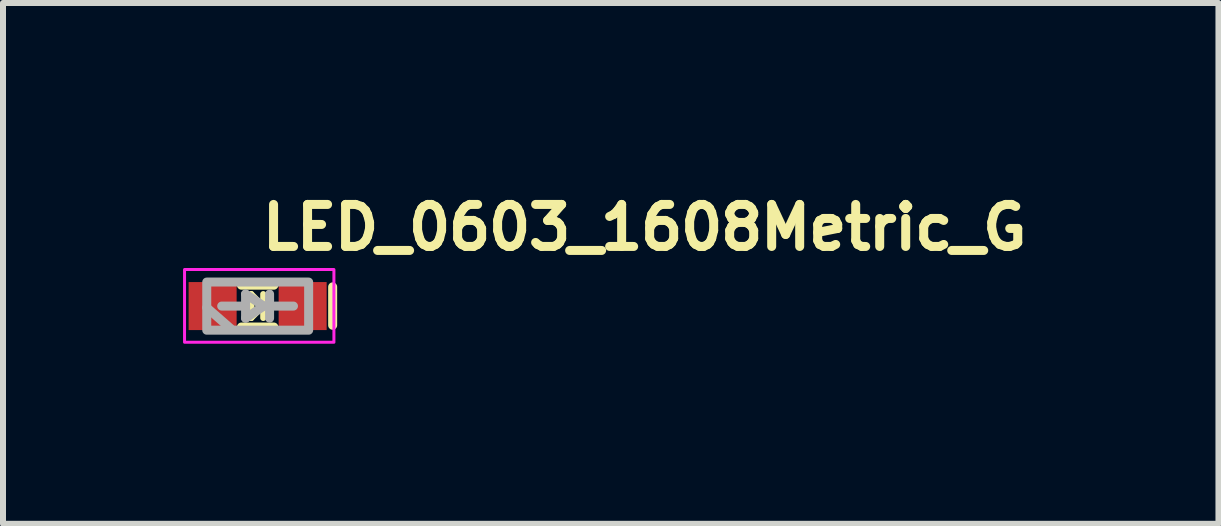
<source format=kicad_pcb>
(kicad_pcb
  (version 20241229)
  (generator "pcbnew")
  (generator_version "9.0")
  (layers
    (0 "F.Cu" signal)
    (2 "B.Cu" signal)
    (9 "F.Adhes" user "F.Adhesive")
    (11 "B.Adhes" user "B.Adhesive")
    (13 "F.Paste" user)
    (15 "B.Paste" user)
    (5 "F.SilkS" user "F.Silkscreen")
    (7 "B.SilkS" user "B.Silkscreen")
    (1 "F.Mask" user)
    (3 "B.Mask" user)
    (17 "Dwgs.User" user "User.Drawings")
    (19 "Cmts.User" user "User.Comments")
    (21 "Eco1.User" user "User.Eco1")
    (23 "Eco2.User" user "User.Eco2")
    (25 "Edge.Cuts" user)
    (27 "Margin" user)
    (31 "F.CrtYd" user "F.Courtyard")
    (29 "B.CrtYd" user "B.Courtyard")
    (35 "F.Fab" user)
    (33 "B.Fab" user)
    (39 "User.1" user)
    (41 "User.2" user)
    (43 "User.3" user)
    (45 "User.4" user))
  (footprint "LED_0603_1608Metric_G"
    (layer "F.Cu")
    (at 1.244 2.051)
    (property "Reference" "LED_0603_1608Metric_G" (at -0.001 -0.901 0) (layer "F.SilkS") (effects (font (size 0.7 0.7) (thickness 0.15)) (justify left bottom)))
    (attr smd)
    (fp_line (start -0.271 -0.349) (end 0.269 -0.349) (stroke (width 0.15) (type solid)) (layer "F.SilkS"))
    (fp_line (start -0.271 0.348) (end 0.269 0.348) (stroke (width 0.15) (type solid)) (layer "F.SilkS"))
    (fp_line (start -0.107 -0.201) (end -0.107 0.198) (stroke (width 0.1) (type solid)) (layer "F.SilkS"))
    (fp_line (start -0.107 -0.201) (end 0.092 -0.001) (stroke (width 0.1) (type solid)) (layer "F.SilkS"))
    (fp_line (start -0.107 -0.001) (end -0.291 -0.001) (stroke (width 0.1) (type solid)) (layer "F.SilkS"))
    (fp_line (start 0.092 -0.201) (end 0.092 0.198) (stroke (width 0.1) (type solid)) (layer "F.SilkS"))
    (fp_line (start 0.092 -0.001) (end -0.107 0.198) (stroke (width 0.1) (type solid)) (layer "F.SilkS"))
    (fp_line (start 0.092 -0.001) (end 0.292 -0.001) (stroke (width 0.1) (type solid)) (layer "F.SilkS"))
    (fp_line (start 1.249 0.319) (end 1.249 -0.321) (stroke (width 0.15) (type solid)) (layer "F.SilkS"))
    (fp_rect (start -1.219 -0.61) (end 1.27 0.602) (stroke (width 0.05) (type solid)) (fill no) (layer "F.CrtYd"))
    (fp_line (start -0.849 0.025) (end -0.442 0.381) (stroke (width 0.15) (type solid)) (layer "F.Fab"))
    (fp_line (start -0.6 -0.001) (end -0.202 -0.001) (stroke (width 0.15) (type solid)) (layer "F.Fab"))
    (fp_line (start -0.202 -0.201) (end -0.202 -0.001) (stroke (width 0.15) (type solid)) (layer "F.Fab"))
    (fp_line (start -0.202 -0.001) (end -0.202 0.201) (stroke (width 0.15) (type solid)) (layer "F.Fab"))
    (fp_line (start -0.202 0.201) (end 0.1 -0.001) (stroke (width 0.15) (type solid)) (layer "F.Fab"))
    (fp_line (start 0.1 -0.001) (end -0.202 -0.201) (stroke (width 0.15) (type solid)) (layer "F.Fab"))
    (fp_line (start 0.198 -0.201) (end 0.198 -0.101) (stroke (width 0.15) (type solid)) (layer "F.Fab"))
    (fp_line (start 0.198 -0.001) (end 0.596 -0.001) (stroke (width 0.15) (type solid)) (layer "F.Fab"))
    (fp_line (start 0.198 0.201) (end 0.198 -0.101) (stroke (width 0.15) (type solid)) (layer "F.Fab"))
    (fp_rect (start -0.849 -0.401) (end 0.849 0.401) (stroke (width 0.15) (type solid)) (fill no) (layer "F.Fab"))
    (fp_rect (start -0.811 -0.401) (end 0.811 0.401) (stroke (width 0.1) (type solid)) (fill no) (layer "User.5"))
    (fp_line (start -0.811 -0.341) (end -0.811 -0.149) (stroke (width 0.02) (type solid)) (layer "User.9"))
    (fp_line (start -0.811 -0.149) (end -0.803 -0.149) (stroke (width 0.02) (type solid)) (layer "User.9"))
    (fp_line (start -0.811 0.149) (end -0.811 0.341) (stroke (width 0.02) (type solid)) (layer "User.9"))
    (fp_line (start -0.811 0.341) (end -0.579 0.341) (stroke (width 0.02) (type solid)) (layer "User.9"))
    (fp_line (start -0.803 -0.149) (end -0.795 -0.149) (stroke (width 0.02) (type solid)) (layer "User.9"))
    (fp_line (start -0.803 0.149) (end -0.811 0.149) (stroke (width 0.02) (type solid)) (layer "User.9"))
    (fp_line (start -0.801 -0.401) (end -0.801 -0.341) (stroke (width 0.02) (type solid)) (layer "User.9"))
    (fp_line (start -0.801 0.341) (end -0.801 0.401) (stroke (width 0.02) (type solid)) (layer "User.9"))
    (fp_line (start -0.801 0.401) (end 0.801 0.401) (stroke (width 0.02) (type solid)) (layer "User.9"))
    (fp_line (start -0.795 -0.149) (end -0.787 -0.149) (stroke (width 0.02) (type solid)) (layer "User.9"))
    (fp_line (start -0.795 0.149) (end -0.803 0.149) (stroke (width 0.02) (type solid)) (layer "User.9"))
    (fp_line (start -0.787 -0.149) (end -0.78 -0.148) (stroke (width 0.02) (type solid)) (layer "User.9"))
    (fp_line (start -0.787 0.149) (end -0.795 0.149) (stroke (width 0.02) (type solid)) (layer "User.9"))
    (fp_line (start -0.78 -0.148) (end -0.772 -0.147) (stroke (width 0.02) (type solid)) (layer "User.9"))
    (fp_line (start -0.78 0.148) (end -0.787 0.149) (stroke (width 0.02) (type solid)) (layer "User.9"))
    (fp_line (start -0.772 -0.147) (end -0.764 -0.145) (stroke (width 0.02) (type solid)) (layer "User.9"))
    (fp_line (start -0.772 0.147) (end -0.78 0.148) (stroke (width 0.02) (type solid)) (layer "User.9"))
    (fp_line (start -0.764 -0.145) (end -0.756 -0.144) (stroke (width 0.02) (type solid)) (layer "User.9"))
    (fp_line (start -0.764 0.145) (end -0.772 0.147) (stroke (width 0.02) (type solid)) (layer "User.9"))
    (fp_line (start -0.756 -0.144) (end -0.749 -0.14) (stroke (width 0.02) (type solid)) (layer "User.9"))
    (fp_line (start -0.756 0.144) (end -0.764 0.145) (stroke (width 0.02) (type solid)) (layer "User.9"))
    (fp_line (start -0.749 -0.14) (end -0.742 -0.139) (stroke (width 0.02) (type solid)) (layer "User.9"))
    (fp_line (start -0.749 0.14) (end -0.756 0.144) (stroke (width 0.02) (type solid)) (layer "User.9"))
    (fp_line (start -0.742 -0.139) (end -0.735 -0.136) (stroke (width 0.02) (type solid)) (layer "User.9"))
    (fp_line (start -0.742 0.139) (end -0.749 0.14) (stroke (width 0.02) (type solid)) (layer "User.9"))
    (fp_line (start -0.735 -0.136) (end -0.728 -0.132) (stroke (width 0.02) (type solid)) (layer "User.9"))
    (fp_line (start -0.735 0.136) (end -0.742 0.139) (stroke (width 0.02) (type solid)) (layer "User.9"))
    (fp_line (start -0.728 -0.132) (end -0.722 -0.129) (stroke (width 0.02) (type solid)) (layer "User.9"))
    (fp_line (start -0.728 0.132) (end -0.735 0.136) (stroke (width 0.02) (type solid)) (layer "User.9"))
    (fp_line (start -0.722 -0.129) (end -0.715 -0.124) (stroke (width 0.02) (type solid)) (layer "User.9"))
    (fp_line (start -0.722 0.129) (end -0.728 0.132) (stroke (width 0.02) (type solid)) (layer "User.9"))
    (fp_line (start -0.715 -0.124) (end -0.709 -0.12) (stroke (width 0.02) (type solid)) (layer "User.9"))
    (fp_line (start -0.715 0.124) (end -0.722 0.129) (stroke (width 0.02) (type solid)) (layer "User.9"))
    (fp_line (start -0.709 -0.12) (end -0.704 -0.115) (stroke (width 0.02) (type solid)) (layer "User.9"))
    (fp_line (start -0.709 0.117) (end -0.715 0.124) (stroke (width 0.02) (type solid)) (layer "User.9"))
    (fp_line (start -0.704 -0.115) (end -0.696 -0.109) (stroke (width 0.02) (type solid)) (layer "User.9"))
    (fp_line (start -0.704 0.115) (end -0.709 0.117) (stroke (width 0.02) (type solid)) (layer "User.9"))
    (fp_line (start -0.696 -0.109) (end -0.696 -0.109) (stroke (width 0.02) (type solid)) (layer "User.9"))
    (fp_line (start -0.696 -0.109) (end -0.69 -0.105) (stroke (width 0.02) (type solid)) (layer "User.9"))
    (fp_line (start -0.696 0.109) (end -0.704 0.115) (stroke (width 0.02) (type solid)) (layer "User.9"))
    (fp_line (start -0.696 0.109) (end -0.696 0.109) (stroke (width 0.02) (type solid)) (layer "User.9"))
    (fp_line (start -0.69 -0.105) (end -0.687 -0.099) (stroke (width 0.02) (type solid)) (layer "User.9"))
    (fp_line (start -0.69 0.104) (end -0.696 0.109) (stroke (width 0.02) (type solid)) (layer "User.9"))
    (fp_line (start -0.687 -0.099) (end -0.682 -0.092) (stroke (width 0.02) (type solid)) (layer "User.9"))
    (fp_line (start -0.687 0.099) (end -0.69 0.104) (stroke (width 0.02) (type solid)) (layer "User.9"))
    (fp_line (start -0.682 -0.092) (end -0.678 -0.085) (stroke (width 0.02) (type solid)) (layer "User.9"))
    (fp_line (start -0.682 0.092) (end -0.687 0.099) (stroke (width 0.02) (type solid)) (layer "User.9"))
    (fp_line (start -0.678 -0.085) (end -0.674 -0.079) (stroke (width 0.02) (type solid)) (layer "User.9"))
    (fp_line (start -0.678 0.085) (end -0.682 0.092) (stroke (width 0.02) (type solid)) (layer "User.9"))
    (fp_line (start -0.674 -0.079) (end -0.67 -0.073) (stroke (width 0.02) (type solid)) (layer "User.9"))
    (fp_line (start -0.674 0.079) (end -0.678 0.085) (stroke (width 0.02) (type solid)) (layer "User.9"))
    (fp_line (start -0.67 -0.073) (end -0.666 -0.067) (stroke (width 0.02) (type solid)) (layer "User.9"))
    (fp_line (start -0.67 0.073) (end -0.674 0.079) (stroke (width 0.02) (type solid)) (layer "User.9"))
    (fp_line (start -0.666 -0.067) (end -0.663 -0.06) (stroke (width 0.02) (type solid)) (layer "User.9"))
    (fp_line (start -0.666 0.067) (end -0.67 0.073) (stroke (width 0.02) (type solid)) (layer "User.9"))
    (fp_line (start -0.663 -0.06) (end -0.66 -0.053) (stroke (width 0.02) (type solid)) (layer "User.9"))
    (fp_line (start -0.663 0.058) (end -0.666 0.067) (stroke (width 0.02) (type solid)) (layer "User.9"))
    (fp_line (start -0.66 -0.053) (end -0.658 -0.045) (stroke (width 0.02) (type solid)) (layer "User.9"))
    (fp_line (start -0.66 0.052) (end -0.663 0.058) (stroke (width 0.02) (type solid)) (layer "User.9"))
    (fp_line (start -0.658 -0.045) (end -0.655 -0.038) (stroke (width 0.02) (type solid)) (layer "User.9"))
    (fp_line (start -0.658 0.045) (end -0.66 0.052) (stroke (width 0.02) (type solid)) (layer "User.9"))
    (fp_line (start -0.655 -0.038) (end -0.654 -0.03) (stroke (width 0.02) (type solid)) (layer "User.9"))
    (fp_line (start -0.655 0.038) (end -0.658 0.045) (stroke (width 0.02) (type solid)) (layer "User.9"))
    (fp_line (start -0.654 -0.03) (end -0.652 -0.023) (stroke (width 0.02) (type solid)) (layer "User.9"))
    (fp_line (start -0.654 0.03) (end -0.655 0.038) (stroke (width 0.02) (type solid)) (layer "User.9"))
    (fp_line (start -0.652 -0.023) (end -0.651 -0.015) (stroke (width 0.02) (type solid)) (layer "User.9"))
    (fp_line (start -0.652 0.023) (end -0.654 0.03) (stroke (width 0.02) (type solid)) (layer "User.9"))
    (fp_line (start -0.651 -0.015) (end -0.651 -0.008) (stroke (width 0.02) (type solid)) (layer "User.9"))
    (fp_line (start -0.651 -0.008) (end -0.651 -0.001) (stroke (width 0.02) (type solid)) (layer "User.9"))
    (fp_line (start -0.651 -0.001) (end -0.651 0.007) (stroke (width 0.02) (type solid)) (layer "User.9"))
    (fp_line (start -0.651 0.007) (end -0.651 0.015) (stroke (width 0.02) (type solid)) (layer "User.9"))
    (fp_line (start -0.651 0.015) (end -0.652 0.023) (stroke (width 0.02) (type solid)) (layer "User.9"))
    (fp_line (start -0.599 -0.307) (end -0.598 -0.31) (stroke (width 0.02) (type solid)) (layer "User.9"))
    (fp_line (start -0.599 -0.305) (end -0.599 -0.307) (stroke (width 0.02) (type solid)) (layer "User.9"))
    (fp_line (start -0.599 -0.302) (end -0.599 -0.305) (stroke (width 0.02) (type solid)) (layer "User.9"))
    (fp_line (start -0.599 -0.299) (end -0.599 -0.302) (stroke (width 0.02) (type solid)) (layer "User.9"))
    (fp_line (start -0.599 -0.299) (end -0.599 0.299) (stroke (width 0.02) (type solid)) (layer "User.9"))
    (fp_line (start -0.599 0.302) (end -0.599 0.299) (stroke (width 0.02) (type solid)) (layer "User.9"))
    (fp_line (start -0.599 0.305) (end -0.599 0.302) (stroke (width 0.02) (type solid)) (layer "User.9"))
    (fp_line (start -0.599 0.307) (end -0.599 0.305) (stroke (width 0.02) (type solid)) (layer "User.9"))
    (fp_line (start -0.598 -0.312) (end -0.597 -0.314) (stroke (width 0.02) (type solid)) (layer "User.9"))
    (fp_line (start -0.598 -0.31) (end -0.598 -0.312) (stroke (width 0.02) (type solid)) (layer "User.9"))
    (fp_line (start -0.598 0.31) (end -0.599 0.307) (stroke (width 0.02) (type solid)) (layer "User.9"))
    (fp_line (start -0.598 0.312) (end -0.598 0.31) (stroke (width 0.02) (type solid)) (layer "User.9"))
    (fp_line (start -0.597 -0.314) (end -0.596 -0.317) (stroke (width 0.02) (type solid)) (layer "User.9"))
    (fp_line (start -0.597 0.314) (end -0.598 0.312) (stroke (width 0.02) (type solid)) (layer "User.9"))
    (fp_line (start -0.596 -0.319) (end -0.595 -0.322) (stroke (width 0.02) (type solid)) (layer "User.9"))
    (fp_line (start -0.596 -0.317) (end -0.596 -0.319) (stroke (width 0.02) (type solid)) (layer "User.9"))
    (fp_line (start -0.596 0.317) (end -0.597 0.314) (stroke (width 0.02) (type solid)) (layer "User.9"))
    (fp_line (start -0.596 0.319) (end -0.596 0.317) (stroke (width 0.02) (type solid)) (layer "User.9"))
    (fp_line (start -0.595 -0.322) (end -0.593 -0.324) (stroke (width 0.02) (type solid)) (layer "User.9"))
    (fp_line (start -0.595 0.322) (end -0.596 0.319) (stroke (width 0.02) (type solid)) (layer "User.9"))
    (fp_line (start -0.593 -0.324) (end -0.592 -0.326) (stroke (width 0.02) (type solid)) (layer "User.9"))
    (fp_line (start -0.593 0.324) (end -0.595 0.322) (stroke (width 0.02) (type solid)) (layer "User.9"))
    (fp_line (start -0.592 -0.326) (end -0.591 -0.328) (stroke (width 0.02) (type solid)) (layer "User.9"))
    (fp_line (start -0.592 0.326) (end -0.593 0.324) (stroke (width 0.02) (type solid)) (layer "User.9"))
    (fp_line (start -0.591 -0.328) (end -0.59 -0.33) (stroke (width 0.02) (type solid)) (layer "User.9"))
    (fp_line (start -0.591 0.328) (end -0.592 0.326) (stroke (width 0.02) (type solid)) (layer "User.9"))
    (fp_line (start -0.59 -0.33) (end -0.588 -0.332) (stroke (width 0.02) (type solid)) (layer "User.9"))
    (fp_line (start -0.59 0.33) (end -0.591 0.328) (stroke (width 0.02) (type solid)) (layer "User.9"))
    (fp_line (start -0.588 -0.332) (end -0.587 -0.334) (stroke (width 0.02) (type solid)) (layer "User.9"))
    (fp_line (start -0.588 0.332) (end -0.59 0.33) (stroke (width 0.02) (type solid)) (layer "User.9"))
    (fp_line (start -0.587 -0.334) (end -0.585 -0.336) (stroke (width 0.02) (type solid)) (layer "User.9"))
    (fp_line (start -0.587 0.334) (end -0.588 0.332) (stroke (width 0.02) (type solid)) (layer "User.9"))
    (fp_line (start -0.585 -0.336) (end -0.583 -0.338) (stroke (width 0.02) (type solid)) (layer "User.9"))
    (fp_line (start -0.585 0.336) (end -0.587 0.334) (stroke (width 0.02) (type solid)) (layer "User.9"))
    (fp_line (start -0.583 -0.338) (end -0.581 -0.339) (stroke (width 0.02) (type solid)) (layer "User.9"))
    (fp_line (start -0.583 0.338) (end -0.585 0.336) (stroke (width 0.02) (type solid)) (layer "User.9"))
    (fp_line (start -0.581 -0.339) (end -0.579 -0.341) (stroke (width 0.02) (type solid)) (layer "User.9"))
    (fp_line (start -0.581 0.339) (end -0.583 0.338) (stroke (width 0.02) (type solid)) (layer "User.9"))
    (fp_line (start -0.579 -0.341) (end -0.811 -0.341) (stroke (width 0.02) (type solid)) (layer "User.9"))
    (fp_line (start -0.579 -0.341) (end -0.577 -0.342) (stroke (width 0.02) (type solid)) (layer "User.9"))
    (fp_line (start -0.579 0.341) (end -0.581 0.339) (stroke (width 0.02) (type solid)) (layer "User.9"))
    (fp_line (start -0.577 -0.342) (end -0.576 -0.343) (stroke (width 0.02) (type solid)) (layer "User.9"))
    (fp_line (start -0.577 0.342) (end -0.579 0.341) (stroke (width 0.02) (type solid)) (layer "User.9"))
    (fp_line (start -0.576 -0.343) (end -0.572 -0.343) (stroke (width 0.02) (type solid)) (layer "User.9"))
    (fp_line (start -0.576 0.342) (end -0.577 0.342) (stroke (width 0.02) (type solid)) (layer "User.9"))
    (fp_line (start -0.572 -0.343) (end -0.57 -0.344) (stroke (width 0.02) (type solid)) (layer "User.9"))
    (fp_line (start -0.572 0.343) (end -0.576 0.342) (stroke (width 0.02) (type solid)) (layer "User.9"))
    (fp_line (start -0.57 -0.344) (end -0.568 -0.345) (stroke (width 0.02) (type solid)) (layer "User.9"))
    (fp_line (start -0.57 0.344) (end -0.572 0.343) (stroke (width 0.02) (type solid)) (layer "User.9"))
    (fp_line (start -0.568 -0.345) (end -0.566 -0.345) (stroke (width 0.02) (type solid)) (layer "User.9"))
    (fp_line (start -0.568 0.345) (end -0.57 0.344) (stroke (width 0.02) (type solid)) (layer "User.9"))
    (fp_line (start -0.566 -0.345) (end -0.563 -0.346) (stroke (width 0.02) (type solid)) (layer "User.9"))
    (fp_line (start -0.566 0.345) (end -0.568 0.345) (stroke (width 0.02) (type solid)) (layer "User.9"))
    (fp_line (start -0.563 -0.346) (end -0.562 -0.347) (stroke (width 0.02) (type solid)) (layer "User.9"))
    (fp_line (start -0.563 0.346) (end -0.566 0.345) (stroke (width 0.02) (type solid)) (layer "User.9"))
    (fp_line (start -0.562 -0.347) (end -0.561 -0.347) (stroke (width 0.02) (type solid)) (layer "User.9"))
    (fp_line (start -0.562 0.347) (end -0.563 0.346) (stroke (width 0.02) (type solid)) (layer "User.9"))
    (fp_line (start -0.561 -0.347) (end -0.558 -0.348) (stroke (width 0.02) (type solid)) (layer "User.9"))
    (fp_line (start -0.561 0.347) (end -0.562 0.347) (stroke (width 0.02) (type solid)) (layer "User.9"))
    (fp_line (start -0.558 -0.348) (end -0.556 -0.348) (stroke (width 0.02) (type solid)) (layer "User.9"))
    (fp_line (start -0.558 0.348) (end -0.561 0.347) (stroke (width 0.02) (type solid)) (layer "User.9"))
    (fp_line (start -0.556 -0.348) (end -0.553 -0.348) (stroke (width 0.02) (type solid)) (layer "User.9"))
    (fp_line (start -0.556 0.348) (end -0.558 0.348) (stroke (width 0.02) (type solid)) (layer "User.9"))
    (fp_line (start -0.553 -0.348) (end -0.551 -0.348) (stroke (width 0.02) (type solid)) (layer "User.9"))
    (fp_line (start -0.553 0.348) (end -0.556 0.348) (stroke (width 0.02) (type solid)) (layer "User.9"))
    (fp_line (start -0.551 0.348) (end -0.553 0.348) (stroke (width 0.02) (type solid)) (layer "User.9"))
    (fp_line (start -0.551 0.348) (end 0.551 0.348) (stroke (width 0.02) (type solid)) (layer "User.9"))
    (fp_line (start 0.499 -0.391) (end 0.499 -0.348) (stroke (width 0.02) (type solid)) (layer "User.9"))
    (fp_line (start 0.499 0.348) (end 0.499 0.391) (stroke (width 0.02) (type solid)) (layer "User.9"))
    (fp_line (start 0.499 0.391) (end 0.781 0.391) (stroke (width 0.02) (type solid)) (layer "User.9"))
    (fp_line (start 0.551 -0.348) (end -0.551 -0.348) (stroke (width 0.02) (type solid)) (layer "User.9"))
    (fp_line (start 0.551 -0.348) (end 0.553 -0.348) (stroke (width 0.02) (type solid)) (layer "User.9"))
    (fp_line (start 0.553 -0.348) (end 0.556 -0.348) (stroke (width 0.02) (type solid)) (layer "User.9"))
    (fp_line (start 0.553 0.348) (end 0.551 0.348) (stroke (width 0.02) (type solid)) (layer "User.9"))
    (fp_line (start 0.556 -0.348) (end 0.558 -0.348) (stroke (width 0.02) (type solid)) (layer "User.9"))
    (fp_line (start 0.556 0.348) (end 0.553 0.348) (stroke (width 0.02) (type solid)) (layer "User.9"))
    (fp_line (start 0.558 -0.348) (end 0.561 -0.347) (stroke (width 0.02) (type solid)) (layer "User.9"))
    (fp_line (start 0.558 0.348) (end 0.556 0.348) (stroke (width 0.02) (type solid)) (layer "User.9"))
    (fp_line (start 0.561 -0.347) (end 0.562 -0.347) (stroke (width 0.02) (type solid)) (layer "User.9"))
    (fp_line (start 0.561 0.347) (end 0.558 0.348) (stroke (width 0.02) (type solid)) (layer "User.9"))
    (fp_line (start 0.562 -0.347) (end 0.563 -0.346) (stroke (width 0.02) (type solid)) (layer "User.9"))
    (fp_line (start 0.562 0.347) (end 0.561 0.347) (stroke (width 0.02) (type solid)) (layer "User.9"))
    (fp_line (start 0.563 -0.346) (end 0.566 -0.345) (stroke (width 0.02) (type solid)) (layer "User.9"))
    (fp_line (start 0.563 0.346) (end 0.562 0.347) (stroke (width 0.02) (type solid)) (layer "User.9"))
    (fp_line (start 0.566 -0.345) (end 0.568 -0.345) (stroke (width 0.02) (type solid)) (layer "User.9"))
    (fp_line (start 0.566 0.345) (end 0.563 0.346) (stroke (width 0.02) (type solid)) (layer "User.9"))
    (fp_line (start 0.568 -0.345) (end 0.57 -0.344) (stroke (width 0.02) (type solid)) (layer "User.9"))
    (fp_line (start 0.568 0.345) (end 0.566 0.345) (stroke (width 0.02) (type solid)) (layer "User.9"))
    (fp_line (start 0.57 -0.344) (end 0.572 -0.343) (stroke (width 0.02) (type solid)) (layer "User.9"))
    (fp_line (start 0.57 0.344) (end 0.568 0.345) (stroke (width 0.02) (type solid)) (layer "User.9"))
    (fp_line (start 0.572 -0.343) (end 0.576 -0.343) (stroke (width 0.02) (type solid)) (layer "User.9"))
    (fp_line (start 0.572 0.343) (end 0.57 0.344) (stroke (width 0.02) (type solid)) (layer "User.9"))
    (fp_line (start 0.576 -0.343) (end 0.577 -0.342) (stroke (width 0.02) (type solid)) (layer "User.9"))
    (fp_line (start 0.576 0.342) (end 0.572 0.343) (stroke (width 0.02) (type solid)) (layer "User.9"))
    (fp_line (start 0.577 -0.342) (end 0.579 -0.341) (stroke (width 0.02) (type solid)) (layer "User.9"))
    (fp_line (start 0.577 0.342) (end 0.576 0.342) (stroke (width 0.02) (type solid)) (layer "User.9"))
    (fp_line (start 0.579 -0.341) (end 0.581 -0.339) (stroke (width 0.02) (type solid)) (layer "User.9"))
    (fp_line (start 0.579 0.341) (end 0.577 0.342) (stroke (width 0.02) (type solid)) (layer "User.9"))
    (fp_line (start 0.579 0.341) (end 0.811 0.341) (stroke (width 0.02) (type solid)) (layer "User.9"))
    (fp_line (start 0.581 -0.339) (end 0.583 -0.338) (stroke (width 0.02) (type solid)) (layer "User.9"))
    (fp_line (start 0.581 0.339) (end 0.579 0.341) (stroke (width 0.02) (type solid)) (layer "User.9"))
    (fp_line (start 0.583 -0.338) (end 0.585 -0.336) (stroke (width 0.02) (type solid)) (layer "User.9"))
    (fp_line (start 0.583 0.338) (end 0.581 0.339) (stroke (width 0.02) (type solid)) (layer "User.9"))
    (fp_line (start 0.585 -0.336) (end 0.587 -0.334) (stroke (width 0.02) (type solid)) (layer "User.9"))
    (fp_line (start 0.585 0.336) (end 0.583 0.338) (stroke (width 0.02) (type solid)) (layer "User.9"))
    (fp_line (start 0.587 -0.334) (end 0.588 -0.332) (stroke (width 0.02) (type solid)) (layer "User.9"))
    (fp_line (start 0.587 0.334) (end 0.585 0.336) (stroke (width 0.02) (type solid)) (layer "User.9"))
    (fp_line (start 0.588 -0.332) (end 0.59 -0.33) (stroke (width 0.02) (type solid)) (layer "User.9"))
    (fp_line (start 0.588 0.332) (end 0.587 0.334) (stroke (width 0.02) (type solid)) (layer "User.9"))
    (fp_line (start 0.59 -0.33) (end 0.591 -0.328) (stroke (width 0.02) (type solid)) (layer "User.9"))
    (fp_line (start 0.59 0.33) (end 0.588 0.332) (stroke (width 0.02) (type solid)) (layer "User.9"))
    (fp_line (start 0.591 -0.328) (end 0.592 -0.326) (stroke (width 0.02) (type solid)) (layer "User.9"))
    (fp_line (start 0.591 0.328) (end 0.59 0.33) (stroke (width 0.02) (type solid)) (layer "User.9"))
    (fp_line (start 0.592 -0.326) (end 0.593 -0.324) (stroke (width 0.02) (type solid)) (layer "User.9"))
    (fp_line (start 0.592 0.326) (end 0.591 0.328) (stroke (width 0.02) (type solid)) (layer "User.9"))
    (fp_line (start 0.593 -0.324) (end 0.595 -0.322) (stroke (width 0.02) (type solid)) (layer "User.9"))
    (fp_line (start 0.593 0.324) (end 0.592 0.326) (stroke (width 0.02) (type solid)) (layer "User.9"))
    (fp_line (start 0.595 -0.322) (end 0.596 -0.319) (stroke (width 0.02) (type solid)) (layer "User.9"))
    (fp_line (start 0.595 0.322) (end 0.593 0.324) (stroke (width 0.02) (type solid)) (layer "User.9"))
    (fp_line (start 0.596 -0.319) (end 0.596 -0.317) (stroke (width 0.02) (type solid)) (layer "User.9"))
    (fp_line (start 0.596 -0.317) (end 0.597 -0.314) (stroke (width 0.02) (type solid)) (layer "User.9"))
    (fp_line (start 0.596 0.317) (end 0.596 0.319) (stroke (width 0.02) (type solid)) (layer "User.9"))
    (fp_line (start 0.596 0.319) (end 0.595 0.322) (stroke (width 0.02) (type solid)) (layer "User.9"))
    (fp_line (start 0.597 -0.314) (end 0.598 -0.312) (stroke (width 0.02) (type solid)) (layer "User.9"))
    (fp_line (start 0.597 0.314) (end 0.596 0.317) (stroke (width 0.02) (type solid)) (layer "User.9"))
    (fp_line (start 0.598 -0.312) (end 0.598 -0.31) (stroke (width 0.02) (type solid)) (layer "User.9"))
    (fp_line (start 0.598 -0.31) (end 0.599 -0.307) (stroke (width 0.02) (type solid)) (layer "User.9"))
    (fp_line (start 0.598 0.31) (end 0.598 0.312) (stroke (width 0.02) (type solid)) (layer "User.9"))
    (fp_line (start 0.598 0.312) (end 0.597 0.314) (stroke (width 0.02) (type solid)) (layer "User.9"))
    (fp_line (start 0.599 -0.307) (end 0.599 -0.305) (stroke (width 0.02) (type solid)) (layer "User.9"))
    (fp_line (start 0.599 -0.305) (end 0.599 -0.302) (stroke (width 0.02) (type solid)) (layer "User.9"))
    (fp_line (start 0.599 -0.302) (end 0.599 -0.299) (stroke (width 0.02) (type solid)) (layer "User.9"))
    (fp_line (start 0.599 0.299) (end 0.599 -0.299) (stroke (width 0.02) (type solid)) (layer "User.9"))
    (fp_line (start 0.599 0.299) (end 0.599 0.302) (stroke (width 0.02) (type solid)) (layer "User.9"))
    (fp_line (start 0.599 0.302) (end 0.599 0.305) (stroke (width 0.02) (type solid)) (layer "User.9"))
    (fp_line (start 0.599 0.305) (end 0.599 0.307) (stroke (width 0.02) (type solid)) (layer "User.9"))
    (fp_line (start 0.599 0.307) (end 0.598 0.31) (stroke (width 0.02) (type solid)) (layer "User.9"))
    (fp_line (start 0.65 -0.001) (end 0.651 -0.011) (stroke (width 0.02) (type solid)) (layer "User.9"))
    (fp_line (start 0.651 -0.011) (end 0.652 -0.021) (stroke (width 0.02) (type solid)) (layer "User.9"))
    (fp_line (start 0.651 0.009) (end 0.65 -0.001) (stroke (width 0.02) (type solid)) (layer "User.9"))
    (fp_line (start 0.652 -0.021) (end 0.654 -0.03) (stroke (width 0.02) (type solid)) (layer "User.9"))
    (fp_line (start 0.652 0.02) (end 0.651 0.009) (stroke (width 0.02) (type solid)) (layer "User.9"))
    (fp_line (start 0.654 -0.03) (end 0.656 -0.041) (stroke (width 0.02) (type solid)) (layer "User.9"))
    (fp_line (start 0.654 0.03) (end 0.652 0.02) (stroke (width 0.02) (type solid)) (layer "User.9"))
    (fp_line (start 0.656 -0.041) (end 0.659 -0.05) (stroke (width 0.02) (type solid)) (layer "User.9"))
    (fp_line (start 0.656 0.041) (end 0.654 0.03) (stroke (width 0.02) (type solid)) (layer "User.9"))
    (fp_line (start 0.659 -0.05) (end 0.663 -0.06) (stroke (width 0.02) (type solid)) (layer "User.9"))
    (fp_line (start 0.659 0.049) (end 0.656 0.041) (stroke (width 0.02) (type solid)) (layer "User.9"))
    (fp_line (start 0.663 -0.06) (end 0.667 -0.069) (stroke (width 0.02) (type solid)) (layer "User.9"))
    (fp_line (start 0.663 0.058) (end 0.659 0.049) (stroke (width 0.02) (type solid)) (layer "User.9"))
    (fp_line (start 0.667 -0.069) (end 0.672 -0.077) (stroke (width 0.02) (type solid)) (layer "User.9"))
    (fp_line (start 0.667 0.069) (end 0.663 0.058) (stroke (width 0.02) (type solid)) (layer "User.9"))
    (fp_line (start 0.672 -0.077) (end 0.672 -0.077) (stroke (width 0.02) (type solid)) (layer "User.9"))
    (fp_line (start 0.672 -0.077) (end 0.675 -0.083) (stroke (width 0.02) (type solid)) (layer "User.9"))
    (fp_line (start 0.672 0.077) (end 0.667 0.069) (stroke (width 0.02) (type solid)) (layer "User.9"))
    (fp_line (start 0.672 0.077) (end 0.672 0.077) (stroke (width 0.02) (type solid)) (layer "User.9"))
    (fp_line (start 0.675 -0.083) (end 0.678 -0.085) (stroke (width 0.02) (type solid)) (layer "User.9"))
    (fp_line (start 0.678 -0.085) (end 0.681 -0.09) (stroke (width 0.02) (type solid)) (layer "User.9"))
    (fp_line (start 0.678 0.085) (end 0.672 0.077) (stroke (width 0.02) (type solid)) (layer "User.9"))
    (fp_line (start 0.681 -0.09) (end 0.684 -0.094) (stroke (width 0.02) (type solid)) (layer "User.9"))
    (fp_line (start 0.684 -0.094) (end 0.687 -0.099) (stroke (width 0.02) (type solid)) (layer "User.9"))
    (fp_line (start 0.684 0.094) (end 0.678 0.085) (stroke (width 0.02) (type solid)) (layer "User.9"))
    (fp_line (start 0.687 -0.099) (end 0.689 -0.101) (stroke (width 0.02) (type solid)) (layer "User.9"))
    (fp_line (start 0.689 -0.101) (end 0.693 -0.106) (stroke (width 0.02) (type solid)) (layer "User.9"))
    (fp_line (start 0.689 0.101) (end 0.684 0.094) (stroke (width 0.02) (type solid)) (layer "User.9"))
    (fp_line (start 0.693 -0.106) (end 0.696 -0.109) (stroke (width 0.02) (type solid)) (layer "User.9"))
    (fp_line (start 0.696 -0.109) (end 0.7 -0.114) (stroke (width 0.02) (type solid)) (layer "User.9"))
    (fp_line (start 0.696 0.109) (end 0.689 0.101) (stroke (width 0.02) (type solid)) (layer "User.9"))
    (fp_line (start 0.7 -0.114) (end 0.705 -0.117) (stroke (width 0.02) (type solid)) (layer "User.9"))
    (fp_line (start 0.705 -0.117) (end 0.709 -0.12) (stroke (width 0.02) (type solid)) (layer "User.9"))
    (fp_line (start 0.705 0.116) (end 0.696 0.109) (stroke (width 0.02) (type solid)) (layer "User.9"))
    (fp_line (start 0.709 -0.12) (end 0.713 -0.122) (stroke (width 0.02) (type solid)) (layer "User.9"))
    (fp_line (start 0.713 -0.122) (end 0.717 -0.125) (stroke (width 0.02) (type solid)) (layer "User.9"))
    (fp_line (start 0.713 0.122) (end 0.705 0.116) (stroke (width 0.02) (type solid)) (layer "User.9"))
    (fp_line (start 0.717 -0.125) (end 0.722 -0.129) (stroke (width 0.02) (type solid)) (layer "User.9"))
    (fp_line (start 0.722 -0.129) (end 0.726 -0.131) (stroke (width 0.02) (type solid)) (layer "User.9"))
    (fp_line (start 0.722 0.129) (end 0.713 0.122) (stroke (width 0.02) (type solid)) (layer "User.9"))
    (fp_line (start 0.726 -0.131) (end 0.73 -0.134) (stroke (width 0.02) (type solid)) (layer "User.9"))
    (fp_line (start 0.73 -0.134) (end 0.735 -0.136) (stroke (width 0.02) (type solid)) (layer "User.9"))
    (fp_line (start 0.73 0.134) (end 0.722 0.129) (stroke (width 0.02) (type solid)) (layer "User.9"))
    (fp_line (start 0.735 -0.136) (end 0.739 -0.138) (stroke (width 0.02) (type solid)) (layer "User.9"))
    (fp_line (start 0.739 -0.138) (end 0.744 -0.14) (stroke (width 0.02) (type solid)) (layer "User.9"))
    (fp_line (start 0.739 0.138) (end 0.73 0.134) (stroke (width 0.02) (type solid)) (layer "User.9"))
    (fp_line (start 0.744 -0.14) (end 0.749 -0.14) (stroke (width 0.02) (type solid)) (layer "User.9"))
    (fp_line (start 0.749 -0.14) (end 0.754 -0.141) (stroke (width 0.02) (type solid)) (layer "User.9"))
    (fp_line (start 0.749 0.14) (end 0.739 0.138) (stroke (width 0.02) (type solid)) (layer "User.9"))
    (fp_line (start 0.754 -0.141) (end 0.759 -0.145) (stroke (width 0.02) (type solid)) (layer "User.9"))
    (fp_line (start 0.759 -0.145) (end 0.763 -0.145) (stroke (width 0.02) (type solid)) (layer "User.9"))
    (fp_line (start 0.759 0.144) (end 0.749 0.14) (stroke (width 0.02) (type solid)) (layer "User.9"))
    (fp_line (start 0.763 -0.145) (end 0.769 -0.146) (stroke (width 0.02) (type solid)) (layer "User.9"))
    (fp_line (start 0.769 -0.146) (end 0.774 -0.147) (stroke (width 0.02) (type solid)) (layer "User.9"))
    (fp_line (start 0.769 0.146) (end 0.759 0.144) (stroke (width 0.02) (type solid)) (layer "User.9"))
    (fp_line (start 0.774 -0.147) (end 0.779 -0.148) (stroke (width 0.02) (type solid)) (layer "User.9"))
    (fp_line (start 0.779 -0.148) (end 0.785 -0.149) (stroke (width 0.02) (type solid)) (layer "User.9"))
    (fp_line (start 0.779 0.148) (end 0.769 0.146) (stroke (width 0.02) (type solid)) (layer "User.9"))
    (fp_line (start 0.781 -0.391) (end 0.499 -0.391) (stroke (width 0.02) (type solid)) (layer "User.9"))
    (fp_line (start 0.781 -0.341) (end 0.781 -0.391) (stroke (width 0.02) (type solid)) (layer "User.9"))
    (fp_line (start 0.781 0.391) (end 0.781 0.341) (stroke (width 0.02) (type solid)) (layer "User.9"))
    (fp_line (start 0.785 -0.149) (end 0.79 -0.149) (stroke (width 0.02) (type solid)) (layer "User.9"))
    (fp_line (start 0.79 -0.149) (end 0.795 -0.149) (stroke (width 0.02) (type solid)) (layer "User.9"))
    (fp_line (start 0.79 0.149) (end 0.779 0.148) (stroke (width 0.02) (type solid)) (layer "User.9"))
    (fp_line (start 0.795 -0.149) (end 0.8 -0.15) (stroke (width 0.02) (type solid)) (layer "User.9"))
    (fp_line (start 0.8 -0.15) (end 0.805 -0.149) (stroke (width 0.02) (type solid)) (layer "User.9"))
    (fp_line (start 0.8 0.15) (end 0.79 0.149) (stroke (width 0.02) (type solid)) (layer "User.9"))
    (fp_line (start 0.801 -0.401) (end -0.801 -0.401) (stroke (width 0.02) (type solid)) (layer "User.9"))
    (fp_line (start 0.801 -0.341) (end 0.801 -0.401) (stroke (width 0.02) (type solid)) (layer "User.9"))
    (fp_line (start 0.801 0.401) (end 0.801 0.341) (stroke (width 0.02) (type solid)) (layer "User.9"))
    (fp_line (start 0.805 -0.149) (end 0.811 -0.149) (stroke (width 0.02) (type solid)) (layer "User.9"))
    (fp_line (start 0.811 -0.341) (end 0.579 -0.341) (stroke (width 0.02) (type solid)) (layer "User.9"))
    (fp_line (start 0.811 -0.149) (end 0.811 -0.341) (stroke (width 0.02) (type solid)) (layer "User.9"))
    (fp_line (start 0.811 0.149) (end 0.8 0.15) (stroke (width 0.02) (type solid)) (layer "User.9"))
    (fp_line (start 0.811 0.341) (end 0.811 0.149) (stroke (width 0.02) (type solid)) (layer "User.9"))
    (pad "1" smd rect (at -0.751 -0.001 180) (size 0.8 0.8) (layers "F.Cu" "F.Mask" "F.Paste"))
    (pad "2" smd rect (at 0.749 -0.001 180) (size 0.8 0.8) (layers "F.Cu" "F.Mask" "F.Paste")))
  (gr_rect
    (start -3 -3)
    (end 17.253 5.678)
    (stroke (width 0.1) (type default))
    (fill no)
    (layer "Edge.Cuts")))
</source>
